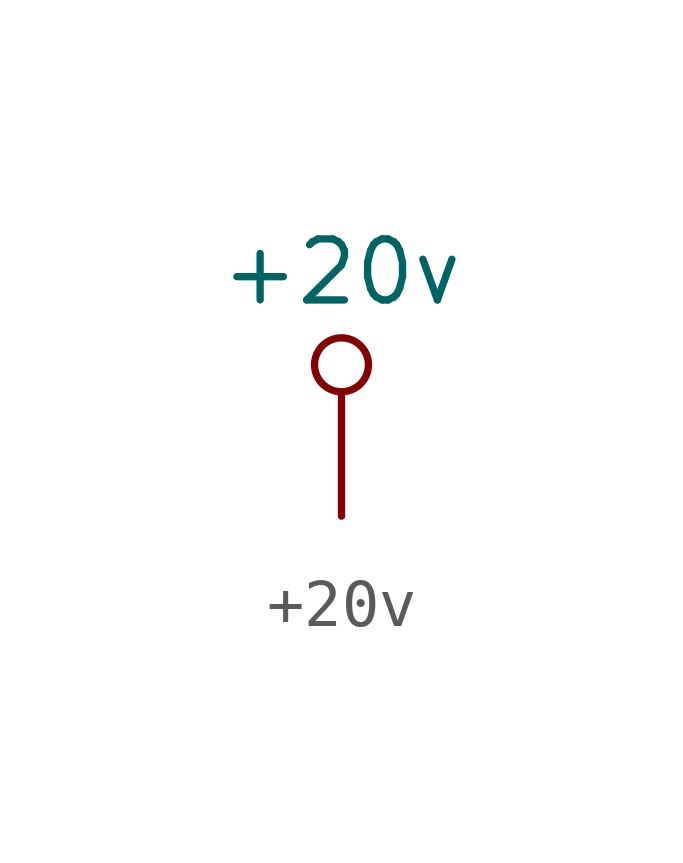
<source format=kicad_sym>
(kicad_symbol_lib
  (version 20231120)
  (generator "kicad_symbol_editor")
  (generator_version "8.0")
  (symbol "+20v"
    (power)
    (pin_numbers hide)
    (pin_names hide)
    (property "Reference" "#PWR"
      (at 4.724 3.708 0)
      (effects (font (size 1.27 1.27)) (hide yes)))
    (property "Value" "+20v"
      (at 0 3.81 0)
      (effects (font (size 1.27 1.27))))
    (symbol "+20v_0_1"
      (circle (center 0 1.88) (radius 0.561) (stroke (width 0) (type default)) (fill (type none))))
    (symbol "+20v_1_1"
      (pin power_in line (at 0 -1.27 90) (length 2.54) (name "+20v" (effects (font (size 1.27 1.27)))) (number "~" (effects (font (size 1.27 1.27))))))))
</source>
